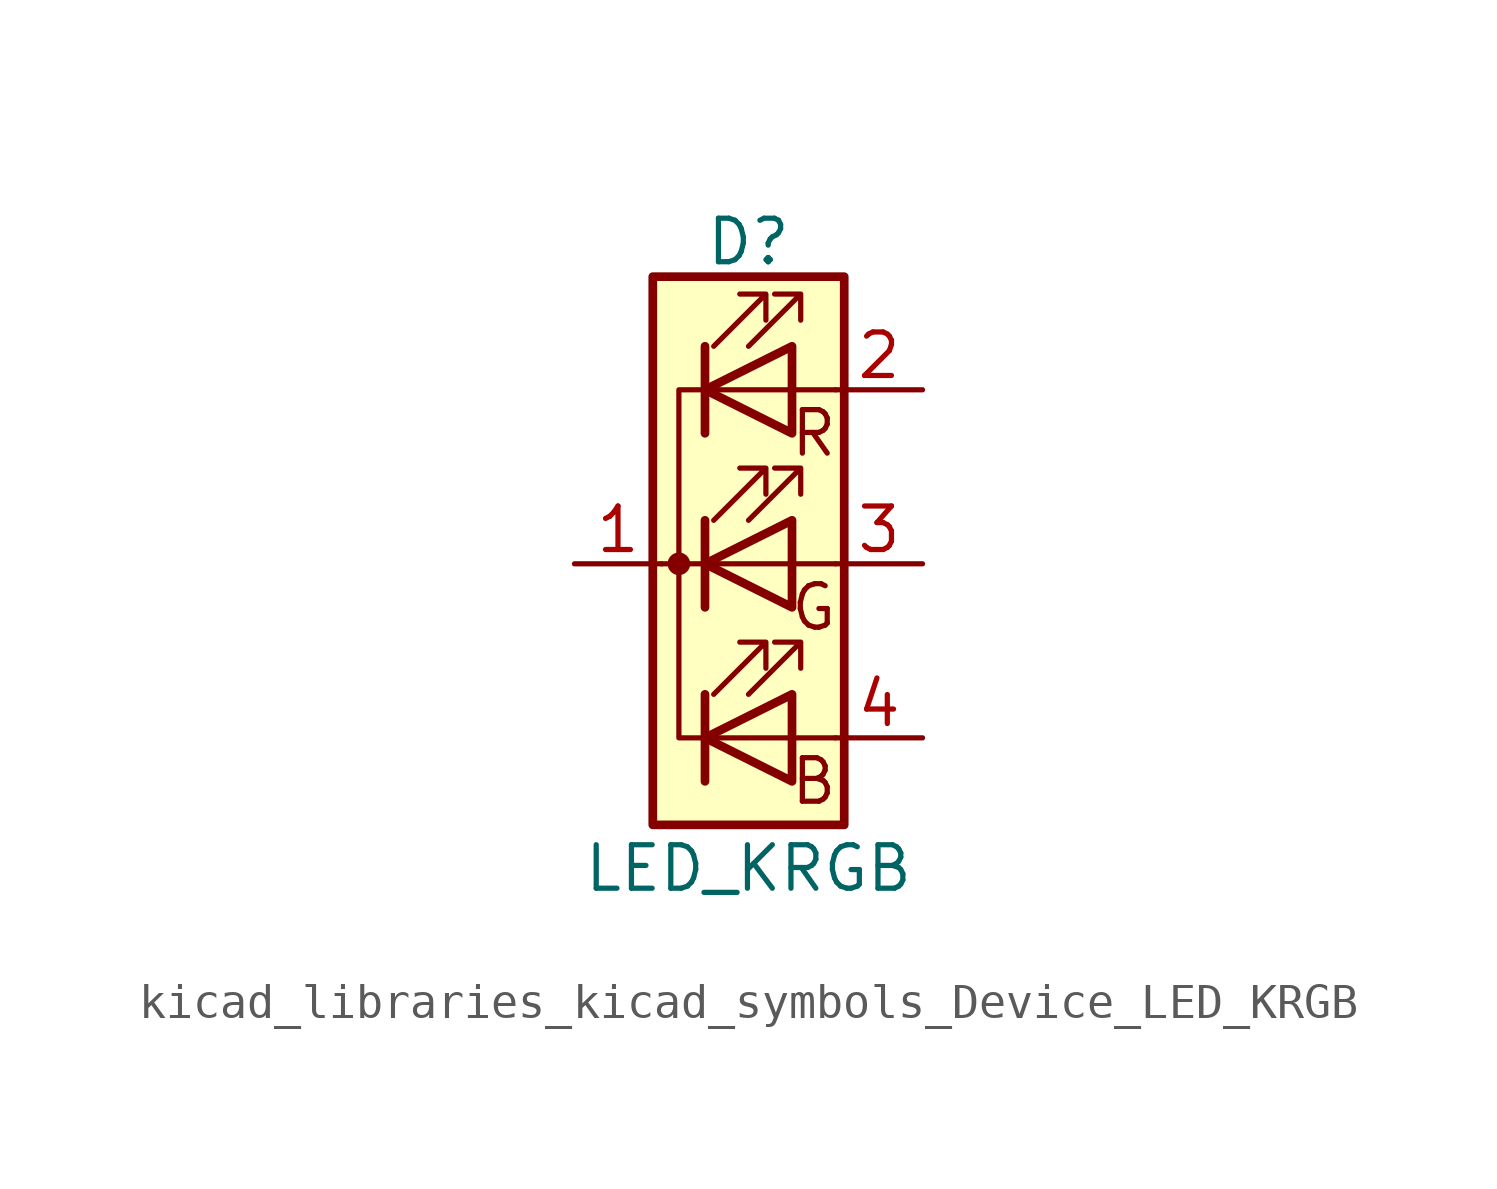
<source format=kicad_sym>
(kicad_symbol_lib
  (version 20220914)
  (generator kicad_symbol_editor)
  (symbol "kicad_libraries_kicad_symbols_Device_LED_KRGB"
    (pin_names
      (offset 0) hide)
    (property "Reference" "D"
      (at 0 9.398 0)
      (effects (font (size 1.27 1.27))))
    (property "Value" "LED_KRGB"
      (at 0 -8.89 0)
      (effects (font (size 1.27 1.27))))
    (symbol "kicad_libraries_kicad_symbols_Device_LED_KRGB_0_0"
      (text "B" (at 1.905 -6.35 0) (effects (font (size 1.27 1.27))))
      (text "G" (at 1.905 -1.27 0) (effects (font (size 1.27 1.27))))
      (text "R" (at 1.905 3.81 0) (effects (font (size 1.27 1.27)))))
    (symbol "kicad_libraries_kicad_symbols_Device_LED_KRGB_0_1"
      (circle (center -2.032 0) (radius 0.254) (stroke (width 0) (type default)) (fill (type outline)))
      (polyline (pts (xy -1.27 -5.08) (xy 1.27 -5.08)) (stroke (width 0) (type default)) (fill (type none)))
      (polyline (pts (xy -1.27 -3.81) (xy -1.27 -6.35)) (stroke (width 0.254) (type default)) (fill (type none)))
      (polyline (pts (xy -1.27 0) (xy -2.54 0)) (stroke (width 0) (type default)) (fill (type none)))
      (polyline (pts (xy -1.27 1.27) (xy -1.27 -1.27)) (stroke (width 0.254) (type default)) (fill (type none)))
      (polyline (pts (xy -1.27 5.08) (xy 1.27 5.08)) (stroke (width 0) (type default)) (fill (type none)))
      (polyline (pts (xy -1.27 6.35) (xy -1.27 3.81)) (stroke (width 0.254) (type default)) (fill (type none)))
      (polyline (pts (xy 1.27 -5.08) (xy 2.54 -5.08)) (stroke (width 0) (type default)) (fill (type none)))
      (polyline (pts (xy 1.27 0) (xy -1.27 0)) (stroke (width 0) (type default)) (fill (type none)))
      (polyline (pts (xy 1.27 0) (xy 2.54 0)) (stroke (width 0) (type default)) (fill (type none)))
      (polyline (pts (xy 1.27 5.08) (xy 2.54 5.08)) (stroke (width 0) (type default)) (fill (type none)))
      (polyline (pts (xy -1.27 1.27) (xy -1.27 -1.27) (xy -1.27 -1.27)) (stroke (width 0) (type default)) (fill (type none)))
      (polyline (pts (xy -1.27 6.35) (xy -1.27 3.81) (xy -1.27 3.81)) (stroke (width 0) (type default)) (fill (type none)))
      (polyline (pts (xy -1.27 5.08) (xy -2.032 5.08) (xy -2.032 -5.08) (xy -1.016 -5.08)) (stroke (width 0) (type default)) (fill (type none)))
      (polyline (pts (xy 1.27 -3.81) (xy 1.27 -6.35) (xy -1.27 -5.08) (xy 1.27 -3.81)) (stroke (width 0.254) (type default)) (fill (type none)))
      (polyline (pts (xy 1.27 1.27) (xy 1.27 -1.27) (xy -1.27 0) (xy 1.27 1.27)) (stroke (width 0.254) (type default)) (fill (type none)))
      (polyline (pts (xy 1.27 6.35) (xy 1.27 3.81) (xy -1.27 5.08) (xy 1.27 6.35)) (stroke (width 0.254) (type default)) (fill (type none)))
      (polyline (pts (xy -1.016 -3.81) (xy 0.508 -2.286) (xy -0.254 -2.286) (xy 0.508 -2.286) (xy 0.508 -3.048)) (stroke (width 0) (type default)) (fill (type none)))
      (polyline (pts (xy -1.016 1.27) (xy 0.508 2.794) (xy -0.254 2.794) (xy 0.508 2.794) (xy 0.508 2.032)) (stroke (width 0) (type default)) (fill (type none)))
      (polyline (pts (xy -1.016 6.35) (xy 0.508 7.874) (xy -0.254 7.874) (xy 0.508 7.874) (xy 0.508 7.112)) (stroke (width 0) (type default)) (fill (type none)))
      (polyline (pts (xy 0 -3.81) (xy 1.524 -2.286) (xy 0.762 -2.286) (xy 1.524 -2.286) (xy 1.524 -3.048)) (stroke (width 0) (type default)) (fill (type none)))
      (polyline (pts (xy 0 1.27) (xy 1.524 2.794) (xy 0.762 2.794) (xy 1.524 2.794) (xy 1.524 2.032)) (stroke (width 0) (type default)) (fill (type none)))
      (polyline (pts (xy 0 6.35) (xy 1.524 7.874) (xy 0.762 7.874) (xy 1.524 7.874) (xy 1.524 7.112)) (stroke (width 0) (type default)) (fill (type none)))
      (rectangle (start 1.27 -1.27) (end 1.27 1.27) (stroke (width 0) (type default)) (fill (type none)))
      (rectangle (start 1.27 1.27) (end 1.27 1.27) (stroke (width 0) (type default)) (fill (type none)))
      (rectangle (start 1.27 3.81) (end 1.27 6.35) (stroke (width 0) (type default)) (fill (type none)))
      (rectangle (start 1.27 6.35) (end 1.27 6.35) (stroke (width 0) (type default)) (fill (type none)))
      (rectangle (start 2.794 8.382) (end -2.794 -7.62) (stroke (width 0.254) (type default)) (fill (type background))))
    (symbol "kicad_libraries_kicad_symbols_Device_LED_KRGB_1_1"
      (pin passive line (at -5.08 0 0) (length 2.54) (name "K" (effects (font (size 1.27 1.27)))) (number "1" (effects (font (size 1.27 1.27)))))
      (pin passive line (at 5.08 5.08 180) (length 2.54) (name "RA" (effects (font (size 1.27 1.27)))) (number "2" (effects (font (size 1.27 1.27)))))
      (pin passive line (at 5.08 0 180) (length 2.54) (name "GA" (effects (font (size 1.27 1.27)))) (number "3" (effects (font (size 1.27 1.27)))))
      (pin passive line (at 5.08 -5.08 180) (length 2.54) (name "BA" (effects (font (size 1.27 1.27)))) (number "4" (effects (font (size 1.27 1.27))))))))
</source>
